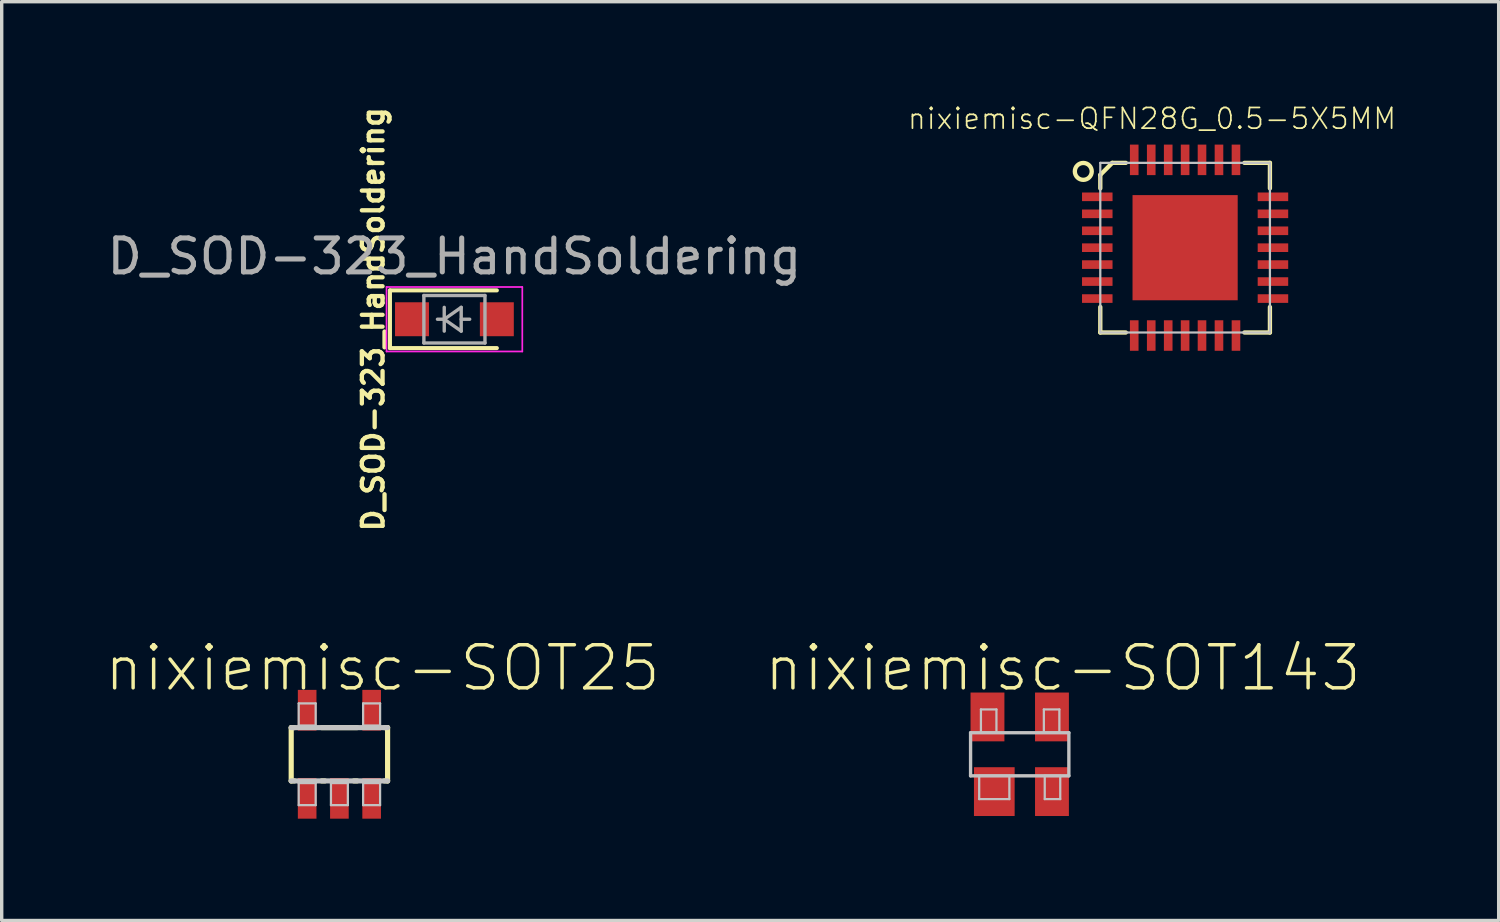
<source format=kicad_pcb>
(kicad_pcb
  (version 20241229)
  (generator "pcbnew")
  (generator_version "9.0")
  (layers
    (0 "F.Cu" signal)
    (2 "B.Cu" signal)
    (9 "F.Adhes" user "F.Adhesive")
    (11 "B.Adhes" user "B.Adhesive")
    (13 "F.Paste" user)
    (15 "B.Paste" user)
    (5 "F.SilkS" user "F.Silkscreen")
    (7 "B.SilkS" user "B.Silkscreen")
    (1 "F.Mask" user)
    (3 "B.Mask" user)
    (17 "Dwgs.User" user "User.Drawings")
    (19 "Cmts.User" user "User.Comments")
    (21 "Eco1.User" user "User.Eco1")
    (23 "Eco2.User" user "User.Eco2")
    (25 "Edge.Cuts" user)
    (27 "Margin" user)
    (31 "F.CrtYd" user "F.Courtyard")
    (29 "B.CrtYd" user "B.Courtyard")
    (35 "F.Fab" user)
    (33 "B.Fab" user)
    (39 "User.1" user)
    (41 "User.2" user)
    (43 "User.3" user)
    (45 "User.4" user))
  (footprint "D_SOD-323_HandSoldering"
    (layer "F.Cu")
    (at 10.339 6.356)
    (property "Reference" "D_SOD-323_HandSoldering" (at -2.393 0 90) (layer "F.SilkS") (effects (font (size 0.61 0.61) (thickness 0.127))))
    (attr smd)
    (fp_line (start -1.9 -0.85) (end -1.9 0.85) (stroke (width 0.12) (type solid)) (layer "F.SilkS"))
    (fp_line (start -1.9 -0.85) (end 1.25 -0.85) (stroke (width 0.12) (type solid)) (layer "F.SilkS"))
    (fp_line (start -1.9 0.85) (end 1.25 0.85) (stroke (width 0.12) (type solid)) (layer "F.SilkS"))
    (fp_line (start -2 -0.95) (end -2 0.95) (stroke (width 0.05) (type solid)) (layer "F.CrtYd"))
    (fp_line (start -2 -0.95) (end 2 -0.95) (stroke (width 0.05) (type solid)) (layer "F.CrtYd"))
    (fp_line (start -2 0.95) (end 2 0.95) (stroke (width 0.05) (type solid)) (layer "F.CrtYd"))
    (fp_line (start 2 -0.95) (end 2 0.95) (stroke (width 0.05) (type solid)) (layer "F.CrtYd"))
    (fp_line (start -0.9 -0.7) (end 0.9 -0.7) (stroke (width 0.1) (type solid)) (layer "F.Fab"))
    (fp_line (start -0.9 0.7) (end -0.9 -0.7) (stroke (width 0.1) (type solid)) (layer "F.Fab"))
    (fp_line (start -0.3 -0.35) (end -0.3 0.35) (stroke (width 0.1) (type solid)) (layer "F.Fab"))
    (fp_line (start -0.3 0) (end -0.5 0) (stroke (width 0.1) (type solid)) (layer "F.Fab"))
    (fp_line (start -0.3 0) (end 0.2 -0.35) (stroke (width 0.1) (type solid)) (layer "F.Fab"))
    (fp_line (start 0.2 -0.35) (end 0.2 0.35) (stroke (width 0.1) (type solid)) (layer "F.Fab"))
    (fp_line (start 0.2 0) (end 0.45 0) (stroke (width 0.1) (type solid)) (layer "F.Fab"))
    (fp_line (start 0.2 0.35) (end -0.3 0) (stroke (width 0.1) (type solid)) (layer "F.Fab"))
    (fp_line (start 0.9 -0.7) (end 0.9 0.7) (stroke (width 0.1) (type solid)) (layer "F.Fab"))
    (fp_line (start 0.9 0.7) (end -0.9 0.7) (stroke (width 0.1) (type solid)) (layer "F.Fab"))
    (fp_text user "${REFERENCE}" (at 0 -1.85 0) (layer "F.Fab") (effects (font (size 1 1) (thickness 0.15))))
    (pad "1" smd rect (at -1.25 0) (size 1 1) (layers "F.Cu" "F.Mask" "F.Paste"))
    (pad "2" smd rect (at 1.25 0) (size 1 1) (layers "F.Cu" "F.Mask" "F.Paste")))
  (footprint "nixiemisc-QFN28G_0.5-5X5MM"
    (layer "F.Cu")
    (at 31.868 4.248)
    (property "Reference" "nixiemisc-QFN28G_0.5-5X5MM" (at -0.975 -3.802 0) (layer "F.SilkS") (effects (font (size 0.61 0.61) (thickness 0.051))))
    (attr smd)
    (fp_line (start -2.499 -2.146) (end -2.499 -1.748) (stroke (width 0.127) (type solid)) (layer "F.SilkS"))
    (fp_line (start -2.499 1.748) (end -2.499 2.499) (stroke (width 0.127) (type solid)) (layer "F.SilkS"))
    (fp_line (start -2.499 2.499) (end -1.748 2.499) (stroke (width 0.127) (type solid)) (layer "F.SilkS"))
    (fp_line (start -2.146 -2.499) (end -2.499 -2.146) (stroke (width 0.127) (type solid)) (layer "F.SilkS"))
    (fp_line (start -1.748 -2.499) (end -2.146 -2.499) (stroke (width 0.127) (type solid)) (layer "F.SilkS"))
    (fp_line (start 1.748 -2.499) (end 2.499 -2.499) (stroke (width 0.127) (type solid)) (layer "F.SilkS"))
    (fp_line (start 1.748 2.499) (end 2.499 2.499) (stroke (width 0.127) (type solid)) (layer "F.SilkS"))
    (fp_line (start 2.499 -2.499) (end 2.499 -1.748) (stroke (width 0.127) (type solid)) (layer "F.SilkS"))
    (fp_line (start 2.499 2.499) (end 2.499 1.748) (stroke (width 0.127) (type solid)) (layer "F.SilkS"))
    (fp_circle (center -3 -2.248) (end -3 -2.497) (stroke (width 0.127) (type solid)) (fill no) (layer "F.SilkS"))
    (fp_line (start -1.499 -1.499) (end -0.249 -1.499) (stroke (width 0.066) (type solid)) (layer "F.Paste"))
    (fp_line (start -1.499 -0.249) (end -1.499 -1.499) (stroke (width 0.066) (type solid)) (layer "F.Paste"))
    (fp_line (start -1.499 -0.249) (end -0.249 -0.249) (stroke (width 0.066) (type solid)) (layer "F.Paste"))
    (fp_line (start -1.499 0.249) (end -0.249 0.249) (stroke (width 0.066) (type solid)) (layer "F.Paste"))
    (fp_line (start -1.499 1.499) (end -1.499 0.249) (stroke (width 0.066) (type solid)) (layer "F.Paste"))
    (fp_line (start -1.499 1.499) (end -0.249 1.499) (stroke (width 0.066) (type solid)) (layer "F.Paste"))
    (fp_line (start -0.249 -0.249) (end -0.249 -1.499) (stroke (width 0.066) (type solid)) (layer "F.Paste"))
    (fp_line (start -0.249 1.499) (end -0.249 0.249) (stroke (width 0.066) (type solid)) (layer "F.Paste"))
    (fp_line (start 0.249 -1.499) (end 1.499 -1.499) (stroke (width 0.066) (type solid)) (layer "F.Paste"))
    (fp_line (start 0.249 -0.249) (end 0.249 -1.499) (stroke (width 0.066) (type solid)) (layer "F.Paste"))
    (fp_line (start 0.249 -0.249) (end 1.499 -0.249) (stroke (width 0.066) (type solid)) (layer "F.Paste"))
    (fp_line (start 0.249 0.249) (end 1.499 0.249) (stroke (width 0.066) (type solid)) (layer "F.Paste"))
    (fp_line (start 0.249 1.499) (end 0.249 0.249) (stroke (width 0.066) (type solid)) (layer "F.Paste"))
    (fp_line (start 0.249 1.499) (end 1.499 1.499) (stroke (width 0.066) (type solid)) (layer "F.Paste"))
    (fp_line (start 1.499 -0.249) (end 1.499 -1.499) (stroke (width 0.066) (type solid)) (layer "F.Paste"))
    (fp_line (start 1.499 1.499) (end 1.499 0.249) (stroke (width 0.066) (type solid)) (layer "F.Paste"))
    (fp_line (start -2.499 -2.499) (end 2.499 -2.499) (stroke (width 0.066) (type solid)) (layer "Dwgs.User"))
    (fp_line (start -2.499 2.499) (end -2.499 -2.499) (stroke (width 0.066) (type solid)) (layer "Dwgs.User"))
    (fp_line (start -2.499 2.499) (end 2.499 2.499) (stroke (width 0.066) (type solid)) (layer "Dwgs.User"))
    (fp_line (start 2.499 2.499) (end 2.499 -2.499) (stroke (width 0.066) (type solid)) (layer "Dwgs.User"))
    (pad "1" smd rect (at -2.588 -1.499) (size 0.899 0.254) (layers "F.Cu" "F.Mask" "F.Paste"))
    (pad "2" smd rect (at -2.588 -0.998) (size 0.899 0.254) (layers "F.Cu" "F.Mask" "F.Paste"))
    (pad "3" smd rect (at -2.588 -0.498) (size 0.899 0.254) (layers "F.Cu" "F.Mask" "F.Paste"))
    (pad "4" smd rect (at -2.588 0) (size 0.899 0.254) (layers "F.Cu" "F.Mask" "F.Paste"))
    (pad "5" smd rect (at -2.588 0.498) (size 0.899 0.254) (layers "F.Cu" "F.Mask" "F.Paste"))
    (pad "6" smd rect (at -2.588 0.998) (size 0.899 0.254) (layers "F.Cu" "F.Mask" "F.Paste"))
    (pad "7" smd rect (at -2.588 1.499) (size 0.899 0.254) (layers "F.Cu" "F.Mask" "F.Paste"))
    (pad "8" smd rect (at -1.499 2.588 90) (size 0.899 0.254) (layers "F.Cu" "F.Mask" "F.Paste"))
    (pad "9" smd rect (at -0.998 2.588 90) (size 0.899 0.254) (layers "F.Cu" "F.Mask" "F.Paste"))
    (pad "10" smd rect (at -0.498 2.588 90) (size 0.899 0.254) (layers "F.Cu" "F.Mask" "F.Paste"))
    (pad "11" smd rect (at 0 2.588 90) (size 0.899 0.254) (layers "F.Cu" "F.Mask" "F.Paste"))
    (pad "12" smd rect (at 0.498 2.588 90) (size 0.899 0.254) (layers "F.Cu" "F.Mask" "F.Paste"))
    (pad "13" smd rect (at 0.998 2.588 90) (size 0.899 0.254) (layers "F.Cu" "F.Mask" "F.Paste"))
    (pad "14" smd rect (at 1.499 2.588 90) (size 0.899 0.254) (layers "F.Cu" "F.Mask" "F.Paste"))
    (pad "15" smd rect (at 2.588 1.499 180) (size 0.899 0.254) (layers "F.Cu" "F.Mask" "F.Paste"))
    (pad "16" smd rect (at 2.588 0.998 180) (size 0.899 0.254) (layers "F.Cu" "F.Mask" "F.Paste"))
    (pad "17" smd rect (at 2.588 0.498 180) (size 0.899 0.254) (layers "F.Cu" "F.Mask" "F.Paste"))
    (pad "18" smd rect (at 2.588 0 180) (size 0.899 0.254) (layers "F.Cu" "F.Mask" "F.Paste"))
    (pad "19" smd rect (at 2.588 -0.498 180) (size 0.899 0.254) (layers "F.Cu" "F.Mask" "F.Paste"))
    (pad "20" smd rect (at 2.588 -0.998 180) (size 0.899 0.254) (layers "F.Cu" "F.Mask" "F.Paste"))
    (pad "21" smd rect (at 2.588 -1.499 180) (size 0.899 0.254) (layers "F.Cu" "F.Mask" "F.Paste"))
    (pad "22" smd rect (at 1.499 -2.588 270) (size 0.899 0.254) (layers "F.Cu" "F.Mask" "F.Paste"))
    (pad "23" smd rect (at 0.998 -2.588 270) (size 0.899 0.254) (layers "F.Cu" "F.Mask" "F.Paste"))
    (pad "24" smd rect (at 0.498 -2.588 270) (size 0.899 0.254) (layers "F.Cu" "F.Mask" "F.Paste"))
    (pad "25" smd rect (at 0 -2.588 270) (size 0.899 0.254) (layers "F.Cu" "F.Mask" "F.Paste"))
    (pad "26" smd rect (at -0.498 -2.588 270) (size 0.899 0.254) (layers "F.Cu" "F.Mask" "F.Paste"))
    (pad "27" smd rect (at -0.998 -2.588 270) (size 0.899 0.254) (layers "F.Cu" "F.Mask" "F.Paste"))
    (pad "28" smd rect (at -1.499 -2.588 270) (size 0.899 0.254) (layers "F.Cu" "F.Mask" "F.Paste"))
    (pad "29" smd rect (at 0 0) (size 3.099 3.099) (layers "F.Cu" "F.Mask" "F.Paste")))
  (footprint "nixiemisc-SOT25"
    (layer "F.Cu")
    (at 6.95 19.174)
    (property "Reference" "nixiemisc-SOT25" (at 1.27 -2.54 0) (layer "F.SilkS") (effects (font (size 1.27 1.27) (thickness 0.102))))
    (attr smd)
    (fp_line (start -1.42 -0.785) (end -1.326 -0.785) (stroke (width 0.152) (type solid)) (layer "F.SilkS"))
    (fp_line (start -1.42 0.785) (end -1.42 -0.785) (stroke (width 0.152) (type solid)) (layer "F.SilkS"))
    (fp_line (start -1.326 0.785) (end -1.42 0.785) (stroke (width 0.152) (type solid)) (layer "F.SilkS"))
    (fp_line (start -0.521 -0.785) (end 0.521 -0.785) (stroke (width 0.152) (type solid)) (layer "F.SilkS"))
    (fp_line (start -0.427 0.785) (end -0.521 0.785) (stroke (width 0.152) (type solid)) (layer "F.SilkS"))
    (fp_line (start 0.521 0.785) (end 0.427 0.785) (stroke (width 0.152) (type solid)) (layer "F.SilkS"))
    (fp_line (start 1.326 -0.785) (end 1.42 -0.785) (stroke (width 0.152) (type solid)) (layer "F.SilkS"))
    (fp_line (start 1.42 -0.785) (end 1.42 0.785) (stroke (width 0.152) (type solid)) (layer "F.SilkS"))
    (fp_line (start 1.42 0.785) (end 1.326 0.785) (stroke (width 0.152) (type solid)) (layer "F.SilkS"))
    (fp_line (start -1.42 -0.785) (end 1.42 -0.785) (stroke (width 0.152) (type solid)) (layer "Dwgs.User"))
    (fp_line (start -1.199 -1.499) (end -0.699 -1.499) (stroke (width 0.066) (type solid)) (layer "Dwgs.User"))
    (fp_line (start -1.199 -0.848) (end -1.199 -1.499) (stroke (width 0.066) (type solid)) (layer "Dwgs.User"))
    (fp_line (start -1.199 -0.848) (end -0.699 -0.848) (stroke (width 0.066) (type solid)) (layer "Dwgs.User"))
    (fp_line (start -1.199 0.848) (end -0.699 0.848) (stroke (width 0.066) (type solid)) (layer "Dwgs.User"))
    (fp_line (start -1.199 1.499) (end -1.199 0.848) (stroke (width 0.066) (type solid)) (layer "Dwgs.User"))
    (fp_line (start -1.199 1.499) (end -0.699 1.499) (stroke (width 0.066) (type solid)) (layer "Dwgs.User"))
    (fp_line (start -0.699 -0.848) (end -0.699 -1.499) (stroke (width 0.066) (type solid)) (layer "Dwgs.User"))
    (fp_line (start -0.699 1.499) (end -0.699 0.848) (stroke (width 0.066) (type solid)) (layer "Dwgs.User"))
    (fp_line (start -0.249 0.848) (end 0.249 0.848) (stroke (width 0.066) (type solid)) (layer "Dwgs.User"))
    (fp_line (start -0.249 1.499) (end -0.249 0.848) (stroke (width 0.066) (type solid)) (layer "Dwgs.User"))
    (fp_line (start -0.249 1.499) (end 0.249 1.499) (stroke (width 0.066) (type solid)) (layer "Dwgs.User"))
    (fp_line (start 0.249 1.499) (end 0.249 0.848) (stroke (width 0.066) (type solid)) (layer "Dwgs.User"))
    (fp_line (start 0.699 -1.499) (end 1.199 -1.499) (stroke (width 0.066) (type solid)) (layer "Dwgs.User"))
    (fp_line (start 0.699 -0.848) (end 0.699 -1.499) (stroke (width 0.066) (type solid)) (layer "Dwgs.User"))
    (fp_line (start 0.699 -0.848) (end 1.199 -0.848) (stroke (width 0.066) (type solid)) (layer "Dwgs.User"))
    (fp_line (start 0.699 0.848) (end 1.199 0.848) (stroke (width 0.066) (type solid)) (layer "Dwgs.User"))
    (fp_line (start 0.699 1.499) (end 0.699 0.848) (stroke (width 0.066) (type solid)) (layer "Dwgs.User"))
    (fp_line (start 0.699 1.499) (end 1.199 1.499) (stroke (width 0.066) (type solid)) (layer "Dwgs.User"))
    (fp_line (start 1.199 -0.848) (end 1.199 -1.499) (stroke (width 0.066) (type solid)) (layer "Dwgs.User"))
    (fp_line (start 1.199 1.499) (end 1.199 0.848) (stroke (width 0.066) (type solid)) (layer "Dwgs.User"))
    (fp_line (start 1.42 0.785) (end -1.42 0.785) (stroke (width 0.152) (type solid)) (layer "Dwgs.User"))
    (pad "1" smd rect (at -0.95 1.298) (size 0.549 1.199) (layers "F.Cu" "F.Mask" "F.Paste"))
    (pad "2" smd rect (at 0 1.298) (size 0.549 1.199) (layers "F.Cu" "F.Mask" "F.Paste"))
    (pad "3" smd rect (at 0.95 1.298) (size 0.549 1.199) (layers "F.Cu" "F.Mask" "F.Paste"))
    (pad "4" smd rect (at 0.95 -1.298) (size 0.549 1.199) (layers "F.Cu" "F.Mask" "F.Paste"))
    (pad "5" smd rect (at -0.95 -1.298) (size 0.549 1.199) (layers "F.Cu" "F.Mask" "F.Paste")))
  (footprint "nixiemisc-SOT143"
    (layer "F.Cu")
    (at 26.995 19.174)
    (property "Reference" "nixiemisc-SOT143" (at 1.27 -2.54 0) (layer "F.SilkS") (effects (font (size 1.27 1.27) (thickness 0.102))))
    (attr smd)
    (fp_line (start -1.448 -0.635) (end 1.448 -0.635) (stroke (width 0.099) (type solid)) (layer "Dwgs.User"))
    (fp_line (start -1.448 0.635) (end -1.448 -0.635) (stroke (width 0.099) (type solid)) (layer "Dwgs.User"))
    (fp_line (start -1.448 0.635) (end 1.448 0.635) (stroke (width 0.099) (type solid)) (layer "Dwgs.User"))
    (fp_line (start -1.194 0.635) (end -0.305 0.635) (stroke (width 0.066) (type solid)) (layer "Dwgs.User"))
    (fp_line (start -1.194 1.321) (end -1.194 0.635) (stroke (width 0.066) (type solid)) (layer "Dwgs.User"))
    (fp_line (start -1.194 1.321) (end -0.305 1.321) (stroke (width 0.066) (type solid)) (layer "Dwgs.User"))
    (fp_line (start -1.143 -1.321) (end -0.686 -1.321) (stroke (width 0.066) (type solid)) (layer "Dwgs.User"))
    (fp_line (start -1.143 -0.635) (end -1.143 -1.321) (stroke (width 0.066) (type solid)) (layer "Dwgs.User"))
    (fp_line (start -1.143 -0.635) (end -0.686 -0.635) (stroke (width 0.066) (type solid)) (layer "Dwgs.User"))
    (fp_line (start -0.686 -0.635) (end -0.686 -1.321) (stroke (width 0.066) (type solid)) (layer "Dwgs.User"))
    (fp_line (start -0.305 1.321) (end -0.305 0.635) (stroke (width 0.066) (type solid)) (layer "Dwgs.User"))
    (fp_line (start 0.711 -1.321) (end 1.168 -1.321) (stroke (width 0.066) (type solid)) (layer "Dwgs.User"))
    (fp_line (start 0.711 -0.635) (end 0.711 -1.321) (stroke (width 0.066) (type solid)) (layer "Dwgs.User"))
    (fp_line (start 0.711 -0.635) (end 1.168 -0.635) (stroke (width 0.066) (type solid)) (layer "Dwgs.User"))
    (fp_line (start 0.737 0.635) (end 1.194 0.635) (stroke (width 0.066) (type solid)) (layer "Dwgs.User"))
    (fp_line (start 0.737 1.321) (end 0.737 0.635) (stroke (width 0.066) (type solid)) (layer "Dwgs.User"))
    (fp_line (start 0.737 1.321) (end 1.194 1.321) (stroke (width 0.066) (type solid)) (layer "Dwgs.User"))
    (fp_line (start 1.168 -0.635) (end 1.168 -1.321) (stroke (width 0.066) (type solid)) (layer "Dwgs.User"))
    (fp_line (start 1.194 1.321) (end 1.194 0.635) (stroke (width 0.066) (type solid)) (layer "Dwgs.User"))
    (fp_line (start 1.448 0.635) (end 1.448 -0.635) (stroke (width 0.099) (type solid)) (layer "Dwgs.User"))
    (pad "1" smd rect (at -0.749 1.1) (size 1.199 1.438) (layers "F.Cu" "F.Mask" "F.Paste"))
    (pad "2" smd rect (at 0.95 1.1) (size 0.998 1.438) (layers "F.Cu" "F.Mask" "F.Paste"))
    (pad "3" smd rect (at 0.95 -1.1) (size 0.998 1.438) (layers "F.Cu" "F.Mask" "F.Paste"))
    (pad "4" smd rect (at -0.95 -1.1) (size 0.998 1.438) (layers "F.Cu" "F.Mask" "F.Paste")))
  (gr_rect
    (start -3 -3)
    (end 41.107 24.071)
    (stroke (width 0.1) (type default))
    (fill no)
    (layer "Edge.Cuts")))
</source>
